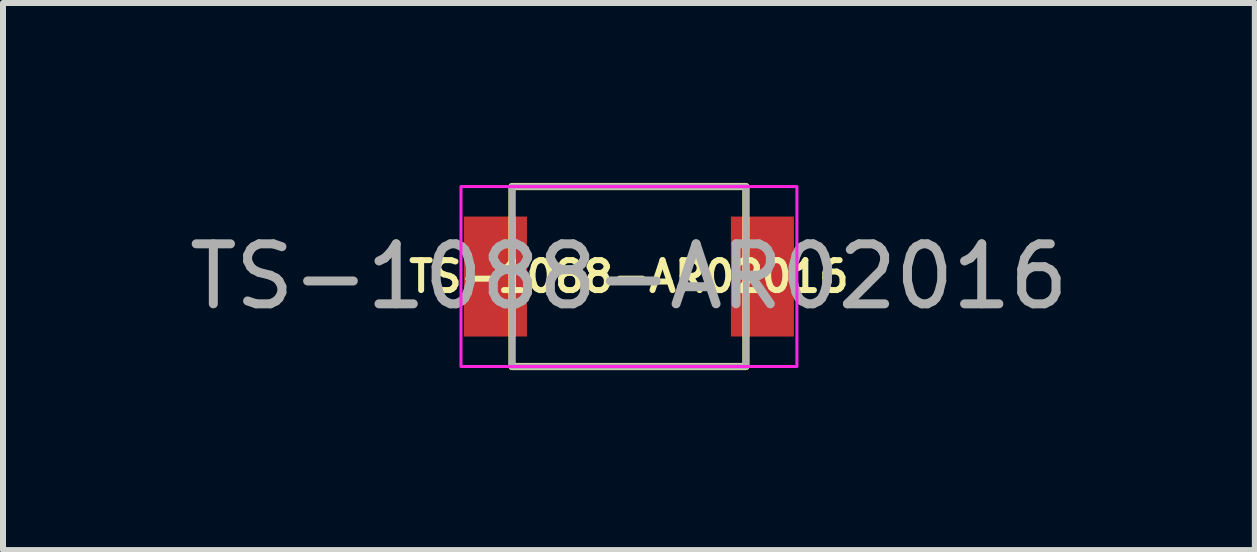
<source format=kicad_pcb>
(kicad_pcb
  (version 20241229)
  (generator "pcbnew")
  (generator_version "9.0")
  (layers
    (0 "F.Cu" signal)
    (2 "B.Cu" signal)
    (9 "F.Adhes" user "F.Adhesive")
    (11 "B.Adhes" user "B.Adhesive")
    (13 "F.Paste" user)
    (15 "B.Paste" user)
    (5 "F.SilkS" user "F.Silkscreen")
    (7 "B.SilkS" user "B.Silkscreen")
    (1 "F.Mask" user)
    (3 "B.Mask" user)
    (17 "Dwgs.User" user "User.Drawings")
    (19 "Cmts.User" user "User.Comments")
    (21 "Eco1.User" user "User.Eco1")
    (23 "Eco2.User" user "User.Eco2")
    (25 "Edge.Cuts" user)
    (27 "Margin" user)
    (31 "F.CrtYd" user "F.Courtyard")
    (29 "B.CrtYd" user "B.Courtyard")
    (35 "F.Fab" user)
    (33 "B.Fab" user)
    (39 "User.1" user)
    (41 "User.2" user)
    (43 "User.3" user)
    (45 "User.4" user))
  (footprint "TS-1088-AR02016"
    (layer "F.Cu")
    (at 7.435 1.56)
    (property "Reference" "TS-1088-AR02016" (at 0 0 0) (unlocked yes) (layer "F.SilkS") (effects (font (size 0.5 0.5) (thickness 0.1))))
    (attr smd)
    (fp_rect (start -1.95 -1.5) (end 1.95 1.5) (stroke (width 0.12) (type solid)) (fill no) (layer "F.SilkS"))
    (fp_rect (start -2.8 -1.5) (end 2.8 1.5) (stroke (width 0.05) (type solid)) (fill no) (layer "F.CrtYd"))
    (fp_rect (start -1.95 -1.5) (end 1.95 1.5) (stroke (width 0.1) (type solid)) (fill no) (layer "F.Fab"))
    (fp_text user "${REFERENCE}" (at 0 0 0) (unlocked yes) (layer "F.Fab") (effects (font (size 1 1) (thickness 0.15))))
    (pad "1" smd rect (at -2.225 0) (size 1.05 2) (layers "F.Cu" "F.Mask" "F.Paste"))
    (pad "2" smd rect (at 2.225 0) (size 1.05 2) (layers "F.Cu" "F.Mask" "F.Paste")))
  (gr_rect
    (start -3 -3)
    (end 17.869 6.12)
    (stroke (width 0.1) (type default))
    (fill no)
    (layer "Edge.Cuts")))
</source>
